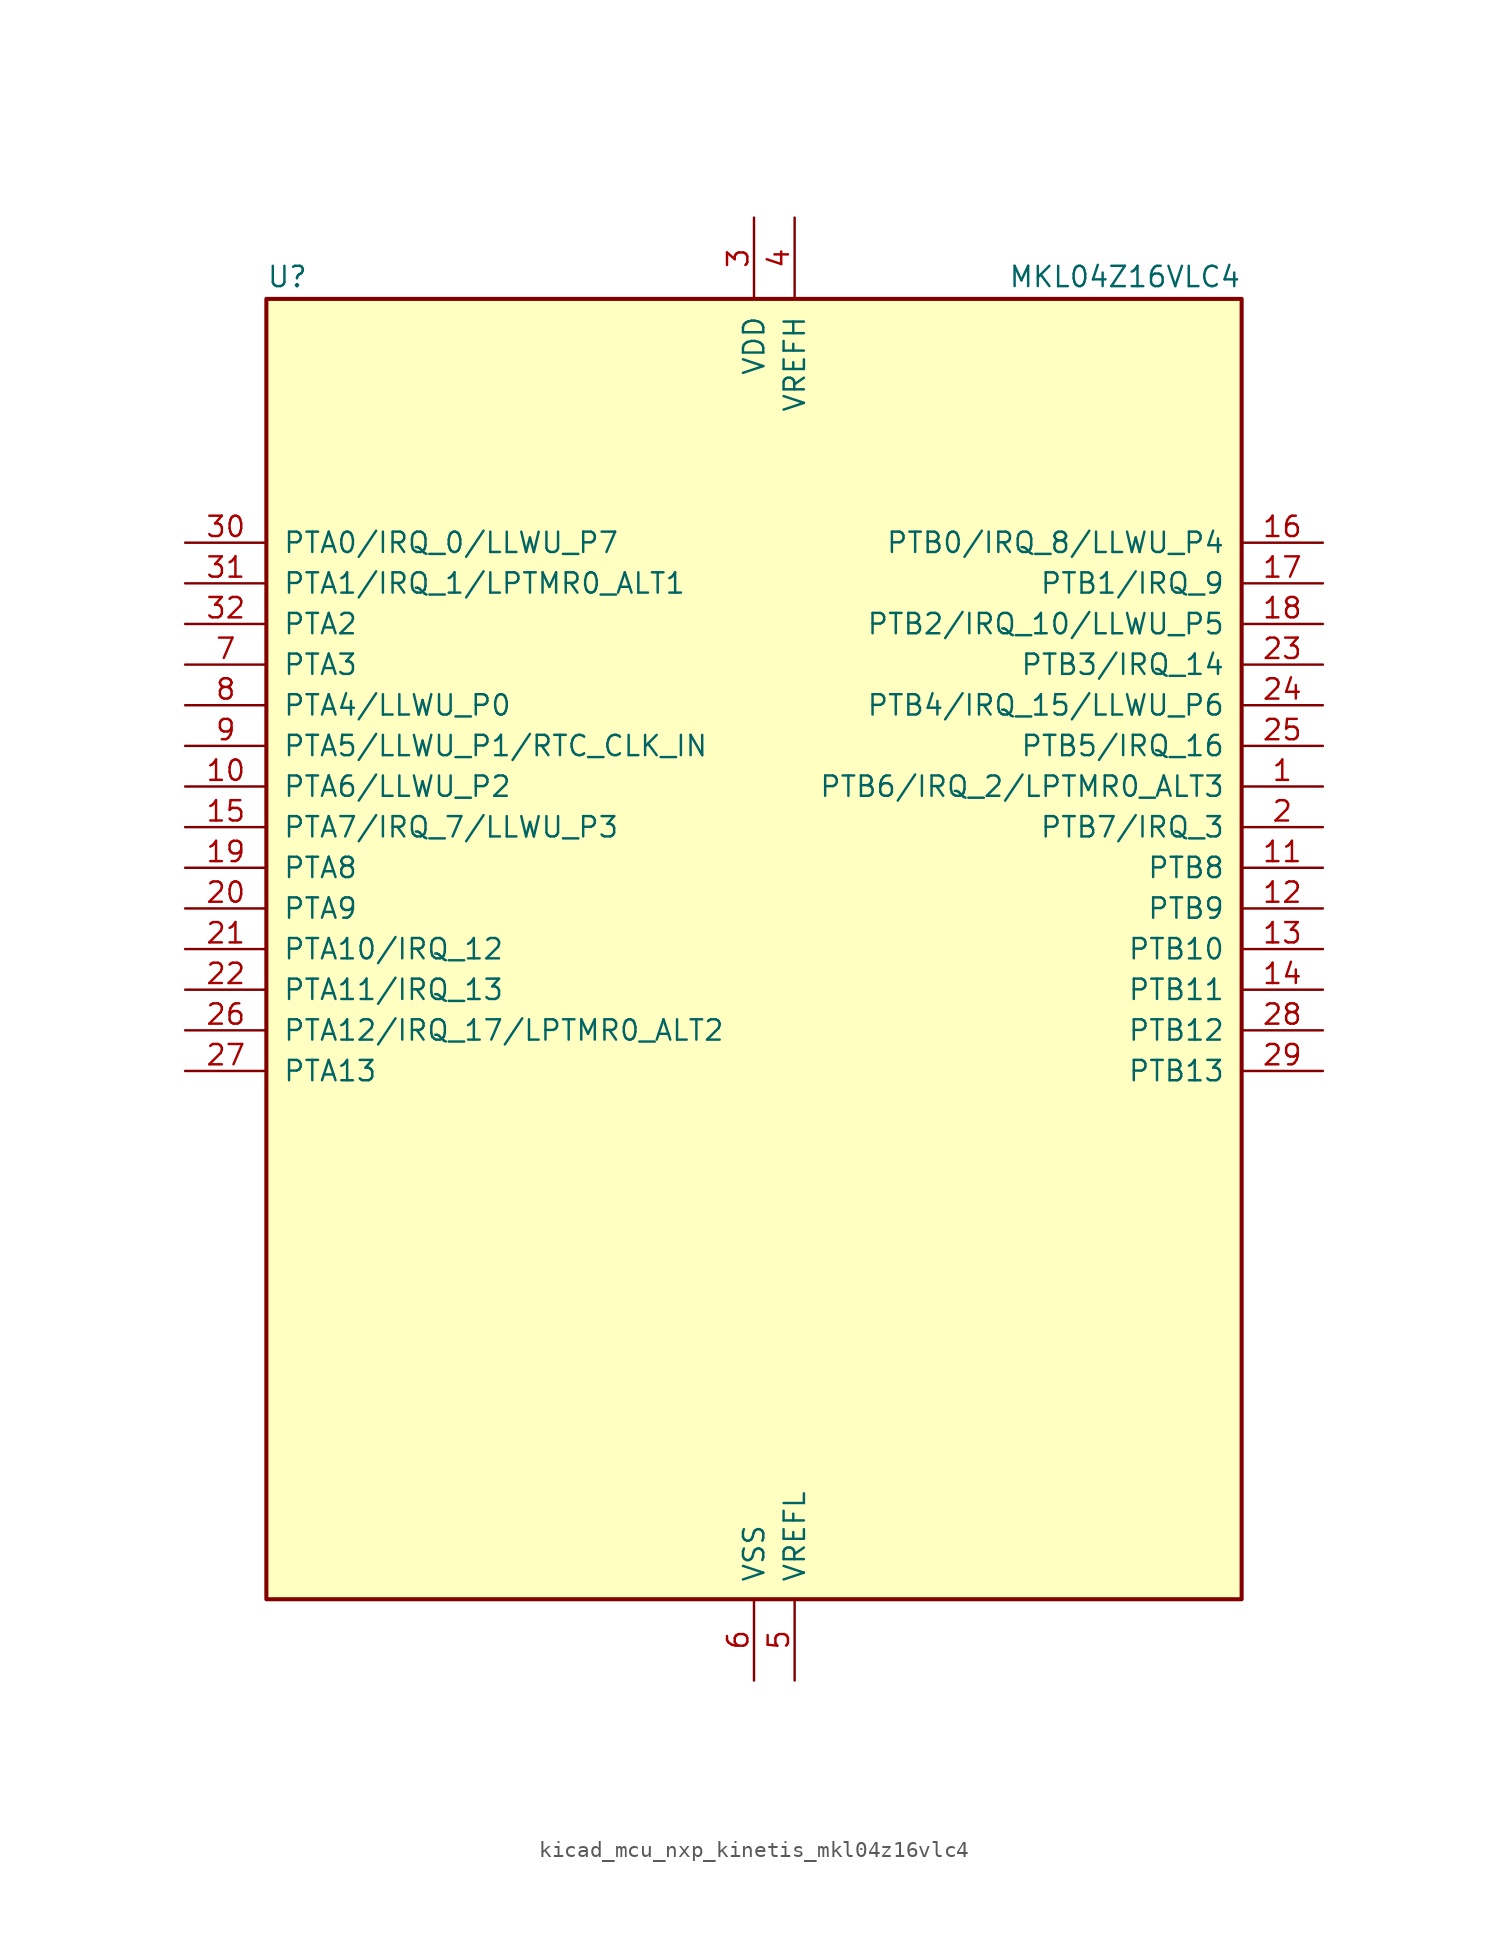
<source format=kicad_sym>
(kicad_symbol_lib
  (version 20220914)
  (generator kicad_symbol_editor)
  (symbol "kicad_mcu_nxp_kinetis_mkl04z16vlc4"
    (pin_names
      (offset 1.016))
    (property "Reference" "U"
      (at -30.48 41.275 0)
      (effects (font (size 1.27 1.27)) (justify left bottom)))
    (property "Value" "MKL04Z16VLC4"
      (at 30.48 41.275 0)
      (effects (font (size 1.27 1.27)) (justify right bottom)))
    (symbol "kicad_mcu_nxp_kinetis_mkl04z16vlc4_0_1"
      (rectangle (start -30.48 40.64) (end 30.48 -40.64) (stroke (width 0.254) (type default)) (fill (type background))))
    (symbol "kicad_mcu_nxp_kinetis_mkl04z16vlc4_1_1"
      (pin bidirectional line (at 35.56 10.16 180) (length 5.08) (name "PTB6/IRQ_2/LPTMR0_ALT3" (effects (font (size 1.27 1.27)))) (number "1" (effects (font (size 1.27 1.27)))))
      (pin bidirectional line (at -35.56 10.16 0) (length 5.08) (name "PTA6/LLWU_P2" (effects (font (size 1.27 1.27)))) (number "10" (effects (font (size 1.27 1.27)))))
      (pin bidirectional line (at 35.56 5.08 180) (length 5.08) (name "PTB8" (effects (font (size 1.27 1.27)))) (number "11" (effects (font (size 1.27 1.27)))))
      (pin bidirectional line (at 35.56 2.54 180) (length 5.08) (name "PTB9" (effects (font (size 1.27 1.27)))) (number "12" (effects (font (size 1.27 1.27)))))
      (pin bidirectional line (at 35.56 0 180) (length 5.08) (name "PTB10" (effects (font (size 1.27 1.27)))) (number "13" (effects (font (size 1.27 1.27)))))
      (pin bidirectional line (at 35.56 -2.54 180) (length 5.08) (name "PTB11" (effects (font (size 1.27 1.27)))) (number "14" (effects (font (size 1.27 1.27)))))
      (pin bidirectional line (at -35.56 7.62 0) (length 5.08) (name "PTA7/IRQ_7/LLWU_P3" (effects (font (size 1.27 1.27)))) (number "15" (effects (font (size 1.27 1.27)))))
      (pin bidirectional line (at 35.56 25.4 180) (length 5.08) (name "PTB0/IRQ_8/LLWU_P4" (effects (font (size 1.27 1.27)))) (number "16" (effects (font (size 1.27 1.27)))))
      (pin bidirectional line (at 35.56 22.86 180) (length 5.08) (name "PTB1/IRQ_9" (effects (font (size 1.27 1.27)))) (number "17" (effects (font (size 1.27 1.27)))))
      (pin bidirectional line (at 35.56 20.32 180) (length 5.08) (name "PTB2/IRQ_10/LLWU_P5" (effects (font (size 1.27 1.27)))) (number "18" (effects (font (size 1.27 1.27)))))
      (pin bidirectional line (at -35.56 5.08 0) (length 5.08) (name "PTA8" (effects (font (size 1.27 1.27)))) (number "19" (effects (font (size 1.27 1.27)))))
      (pin bidirectional line (at 35.56 7.62 180) (length 5.08) (name "PTB7/IRQ_3" (effects (font (size 1.27 1.27)))) (number "2" (effects (font (size 1.27 1.27)))))
      (pin bidirectional line (at -35.56 2.54 0) (length 5.08) (name "PTA9" (effects (font (size 1.27 1.27)))) (number "20" (effects (font (size 1.27 1.27)))))
      (pin bidirectional line (at -35.56 0 0) (length 5.08) (name "PTA10/IRQ_12" (effects (font (size 1.27 1.27)))) (number "21" (effects (font (size 1.27 1.27)))))
      (pin bidirectional line (at -35.56 -2.54 0) (length 5.08) (name "PTA11/IRQ_13" (effects (font (size 1.27 1.27)))) (number "22" (effects (font (size 1.27 1.27)))))
      (pin bidirectional line (at 35.56 17.78 180) (length 5.08) (name "PTB3/IRQ_14" (effects (font (size 1.27 1.27)))) (number "23" (effects (font (size 1.27 1.27)))))
      (pin bidirectional line (at 35.56 15.24 180) (length 5.08) (name "PTB4/IRQ_15/LLWU_P6" (effects (font (size 1.27 1.27)))) (number "24" (effects (font (size 1.27 1.27)))))
      (pin bidirectional line (at 35.56 12.7 180) (length 5.08) (name "PTB5/IRQ_16" (effects (font (size 1.27 1.27)))) (number "25" (effects (font (size 1.27 1.27)))))
      (pin bidirectional line (at -35.56 -5.08 0) (length 5.08) (name "PTA12/IRQ_17/LPTMR0_ALT2" (effects (font (size 1.27 1.27)))) (number "26" (effects (font (size 1.27 1.27)))))
      (pin bidirectional line (at -35.56 -7.62 0) (length 5.08) (name "PTA13" (effects (font (size 1.27 1.27)))) (number "27" (effects (font (size 1.27 1.27)))))
      (pin bidirectional line (at 35.56 -5.08 180) (length 5.08) (name "PTB12" (effects (font (size 1.27 1.27)))) (number "28" (effects (font (size 1.27 1.27)))))
      (pin bidirectional line (at 35.56 -7.62 180) (length 5.08) (name "PTB13" (effects (font (size 1.27 1.27)))) (number "29" (effects (font (size 1.27 1.27)))))
      (pin power_in line (at 0 45.72 270) (length 5.08) (name "VDD" (effects (font (size 1.27 1.27)))) (number "3" (effects (font (size 1.27 1.27)))))
      (pin bidirectional line (at -35.56 25.4 0) (length 5.08) (name "PTA0/IRQ_0/LLWU_P7" (effects (font (size 1.27 1.27)))) (number "30" (effects (font (size 1.27 1.27)))))
      (pin bidirectional line (at -35.56 22.86 0) (length 5.08) (name "PTA1/IRQ_1/LPTMR0_ALT1" (effects (font (size 1.27 1.27)))) (number "31" (effects (font (size 1.27 1.27)))))
      (pin bidirectional line (at -35.56 20.32 0) (length 5.08) (name "PTA2" (effects (font (size 1.27 1.27)))) (number "32" (effects (font (size 1.27 1.27)))))
      (pin power_in line (at 2.54 45.72 270) (length 5.08) (name "VREFH" (effects (font (size 1.27 1.27)))) (number "4" (effects (font (size 1.27 1.27)))))
      (pin power_in line (at 2.54 -45.72 90) (length 5.08) (name "VREFL" (effects (font (size 1.27 1.27)))) (number "5" (effects (font (size 1.27 1.27)))))
      (pin power_in line (at 0 -45.72 90) (length 5.08) (name "VSS" (effects (font (size 1.27 1.27)))) (number "6" (effects (font (size 1.27 1.27)))))
      (pin bidirectional line (at -35.56 17.78 0) (length 5.08) (name "PTA3" (effects (font (size 1.27 1.27)))) (number "7" (effects (font (size 1.27 1.27)))))
      (pin bidirectional line (at -35.56 15.24 0) (length 5.08) (name "PTA4/LLWU_P0" (effects (font (size 1.27 1.27)))) (number "8" (effects (font (size 1.27 1.27)))))
      (pin bidirectional line (at -35.56 12.7 0) (length 5.08) (name "PTA5/LLWU_P1/RTC_CLK_IN" (effects (font (size 1.27 1.27)))) (number "9" (effects (font (size 1.27 1.27))))))))
</source>
